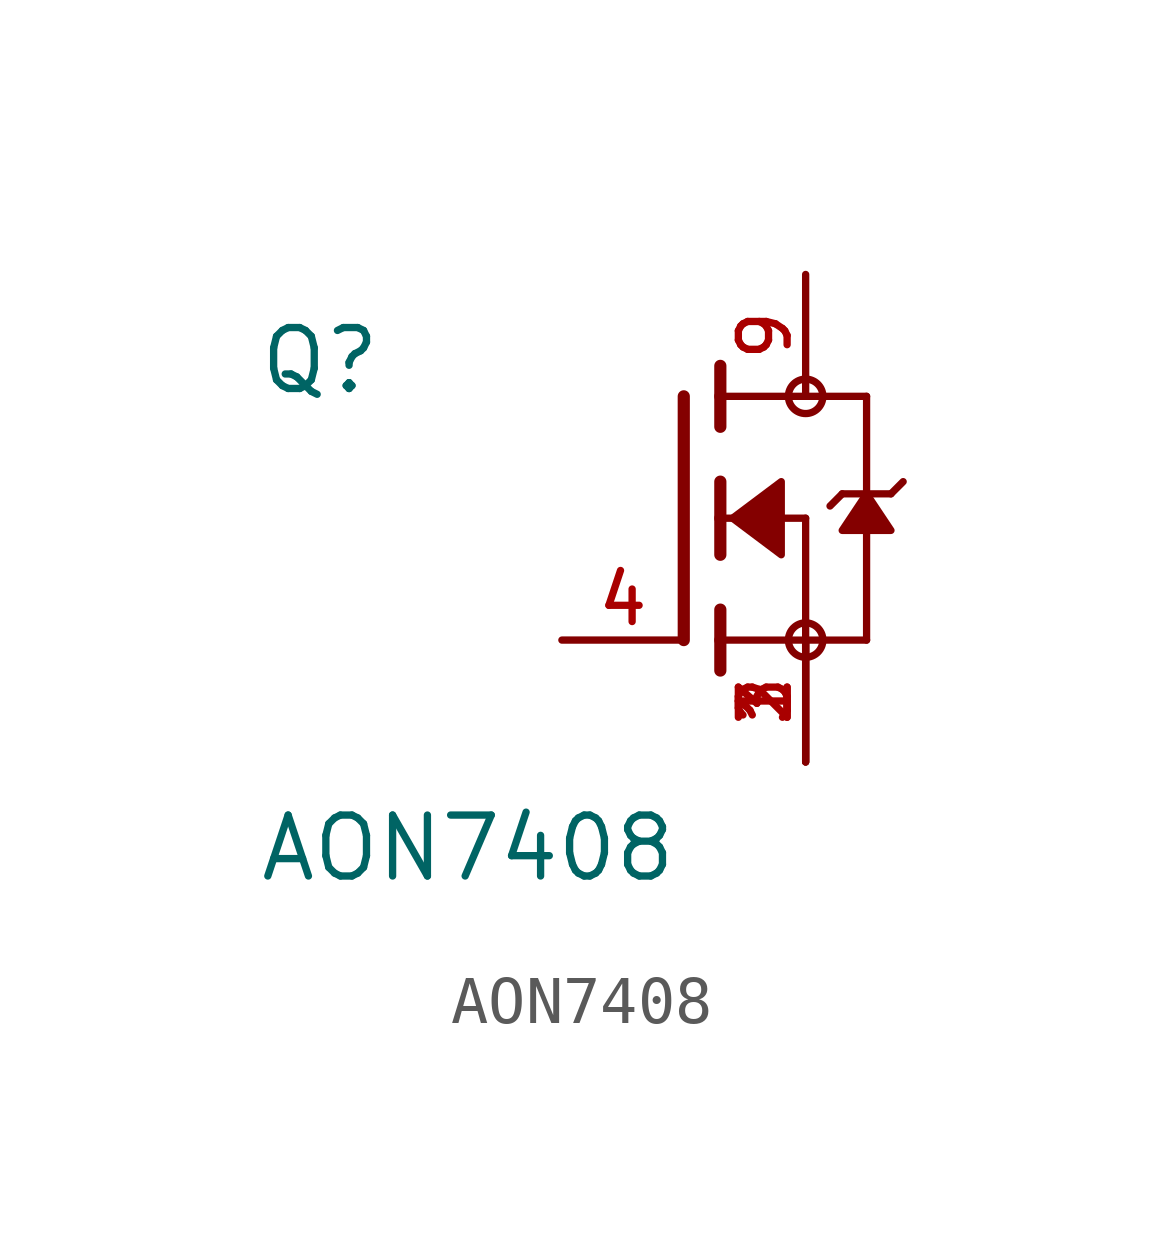
<source format=kicad_sym>
(kicad_symbol_lib
  (version 20211014)
  (generator kicad_symbol_editor)
  (symbol "AON7408"
    (pin_names
      (offset 1.016))
    (property "Reference" "Q"
      (at -8.89 2.54 0)
      (effects (font (size 1.27 1.27)) (justify bottom left)))
    (property "Value" "AON7408"
      (at -8.89 -7.62 0)
      (effects (font (size 1.27 1.27)) (justify bottom left)))
    (symbol "AON7408_0_0"
      (polyline (pts (xy 0.762 0.762) (xy 0.762 0.0)) (stroke (width 0.254)))
      (polyline (pts (xy 0.762 0.0) (xy 0.762 -0.762)) (stroke (width 0.254)))
      (polyline (pts (xy 0.762 3.175) (xy 0.762 2.54)) (stroke (width 0.254)))
      (polyline (pts (xy 0.762 2.54) (xy 0.762 1.905)) (stroke (width 0.254)))
      (polyline (pts (xy 0.762 0.0) (xy 2.54 0.0)) (stroke (width 0.152)))
      (polyline (pts (xy 2.54 0.0) (xy 2.54 -2.54)) (stroke (width 0.152)))
      (polyline (pts (xy 0.762 -1.905) (xy 0.762 -2.54)) (stroke (width 0.254)))
      (polyline (pts (xy 0.762 -2.54) (xy 0.762 -3.175)) (stroke (width 0.254)))
      (polyline (pts (xy 0.0 2.54) (xy 0.0 -2.54)) (stroke (width 0.254)))
      (polyline (pts (xy 2.54 -2.54) (xy 0.762 -2.54)) (stroke (width 0.152)))
      (polyline (pts (xy 3.81 2.54) (xy 3.81 0.508)) (stroke (width 0.152)))
      (polyline (pts (xy 3.81 0.508) (xy 3.81 -2.54)) (stroke (width 0.152)))
      (polyline (pts (xy 2.54 -2.54) (xy 3.81 -2.54)) (stroke (width 0.152)))
      (polyline (pts (xy 0.762 2.54) (xy 3.81 2.54)) (stroke (width 0.152)))
      (polyline (pts (xy 4.572 0.762) (xy 4.318 0.508)) (stroke (width 0.152)))
      (polyline (pts (xy 4.318 0.508) (xy 3.81 0.508)) (stroke (width 0.152)))
      (polyline (pts (xy 3.81 0.508) (xy 3.302 0.508)) (stroke (width 0.152)))
      (polyline (pts (xy 3.302 0.508) (xy 3.048 0.254)) (stroke (width 0.152)))
      (circle (center 2.54 -2.54) (radius 0.359) (stroke (width 0.0)) (fill (type none)))
      (circle (center 2.54 2.54) (radius 0.359) (stroke (width 0.0)) (fill (type none)))
      (polyline (pts (xy 3.81 0.508) (xy 3.302 -0.254) (xy 4.318 -0.254) (xy 3.81 0.508)) (stroke (width 0.152)) (fill (type outline)))
      (polyline (pts (xy 1.016 0.0) (xy 2.032 0.762) (xy 2.032 -0.762) (xy 1.016 0.0)) (stroke (width 0.152)) (fill (type outline)))
      (pin passive line (at 2.54 -5.08 90.0) (length 2.54) (name "~" (effects (font (size 1.016 1.016)))) (number "1" (effects (font (size 1.016 1.016)))))
      (pin passive line (at 2.54 -5.08 90.0) (length 2.54) (name "~" (effects (font (size 1.016 1.016)))) (number "2" (effects (font (size 1.016 1.016)))))
      (pin passive line (at 2.54 -5.08 90.0) (length 2.54) (name "~" (effects (font (size 1.016 1.016)))) (number "3" (effects (font (size 1.016 1.016)))))
      (pin passive line (at -2.54 -2.54 0) (length 2.54) (name "~" (effects (font (size 1.016 1.016)))) (number "4" (effects (font (size 1.016 1.016)))))
      (pin passive line (at 2.54 5.08 270.0) (length 2.54) (name "~" (effects (font (size 1.016 1.016)))) (number "9" (effects (font (size 1.016 1.016))))))))
</source>
